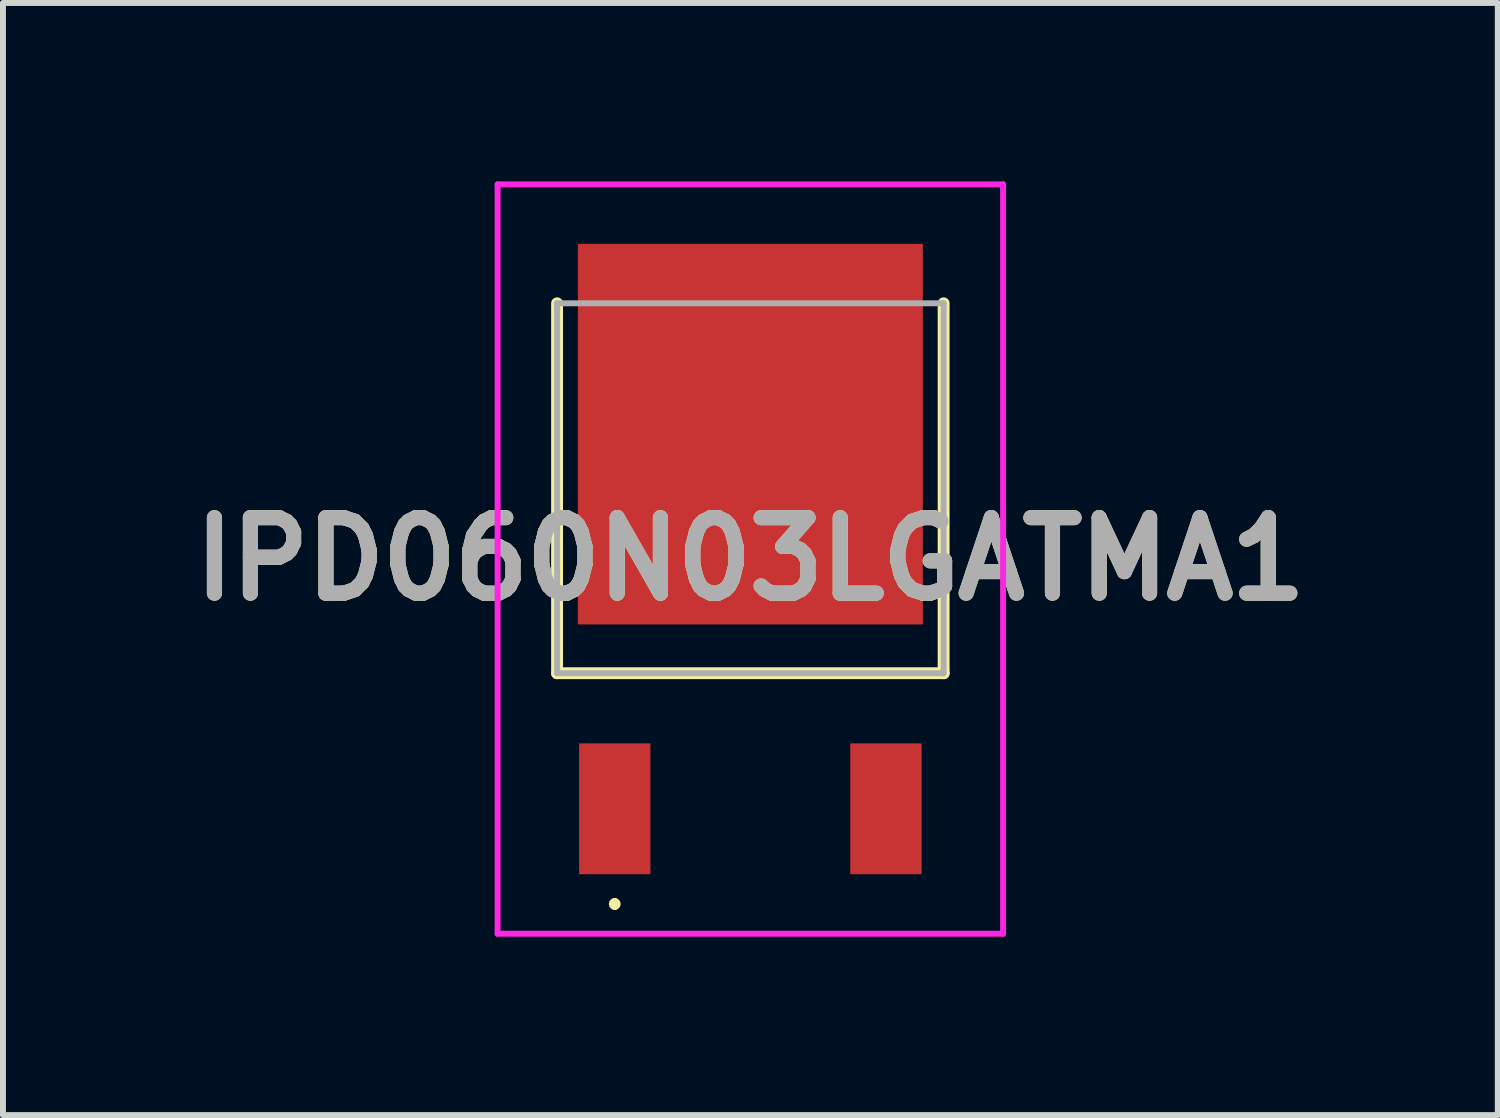
<source format=kicad_pcb>
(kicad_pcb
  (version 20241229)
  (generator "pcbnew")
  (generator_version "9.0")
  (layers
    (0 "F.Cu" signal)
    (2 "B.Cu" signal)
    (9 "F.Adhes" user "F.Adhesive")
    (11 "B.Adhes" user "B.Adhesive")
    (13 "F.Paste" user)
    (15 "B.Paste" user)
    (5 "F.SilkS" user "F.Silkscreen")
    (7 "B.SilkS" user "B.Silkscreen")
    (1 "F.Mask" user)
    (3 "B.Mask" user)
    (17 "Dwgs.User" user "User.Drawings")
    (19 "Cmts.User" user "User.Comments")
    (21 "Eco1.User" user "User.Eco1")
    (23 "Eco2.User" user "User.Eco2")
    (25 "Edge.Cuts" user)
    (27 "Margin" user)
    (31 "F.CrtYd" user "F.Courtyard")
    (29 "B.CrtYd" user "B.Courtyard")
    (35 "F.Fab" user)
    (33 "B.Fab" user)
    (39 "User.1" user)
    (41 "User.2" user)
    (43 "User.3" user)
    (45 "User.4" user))
  (footprint "IPD060N03LGATMA1"
    (layer "F.Cu")
    (at 9.567 6.35)
    (property "Reference" "IPD060N03LGATMA1" (at 0 0 0) (layer "F.SilkS") (effects (font (size 1.27 1.27) (thickness 0.254))))
    (attr smd)
    (fp_line (start -3.25 -4.3) (end -3.25 1.92) (stroke (width 0.2) (type solid)) (layer "F.SilkS"))
    (fp_line (start -3.25 1.92) (end 3.25 1.92) (stroke (width 0.2) (type solid)) (layer "F.SilkS"))
    (fp_line (start -2.28 5.75) (end -2.28 5.75) (stroke (width 0.1) (type solid)) (layer "F.SilkS"))
    (fp_line (start -2.28 5.85) (end -2.28 5.85) (stroke (width 0.1) (type solid)) (layer "F.SilkS"))
    (fp_line (start 3.25 1.92) (end 3.25 -4.3) (stroke (width 0.2) (type solid)) (layer "F.SilkS"))
    (fp_arc (start -2.28 5.75) (mid -2.23 5.8) (end -2.28 5.85) (stroke (width 0.1) (type solid)) (layer "F.SilkS"))
    (fp_arc (start -2.28 5.85) (mid -2.33 5.8) (end -2.28 5.75) (stroke (width 0.1) (type solid)) (layer "F.SilkS"))
    (fp_line (start -4.25 -6.3) (end 4.25 -6.3) (stroke (width 0.1) (type solid)) (layer "F.CrtYd"))
    (fp_line (start -4.25 6.3) (end -4.25 -6.3) (stroke (width 0.1) (type solid)) (layer "F.CrtYd"))
    (fp_line (start 4.25 -6.3) (end 4.25 6.3) (stroke (width 0.1) (type solid)) (layer "F.CrtYd"))
    (fp_line (start 4.25 6.3) (end -4.25 6.3) (stroke (width 0.1) (type solid)) (layer "F.CrtYd"))
    (fp_line (start -3.25 -4.3) (end 3.25 -4.3) (stroke (width 0.1) (type solid)) (layer "F.Fab"))
    (fp_line (start -3.25 1.92) (end -3.25 -4.3) (stroke (width 0.1) (type solid)) (layer "F.Fab"))
    (fp_line (start 3.25 -4.3) (end 3.25 1.92) (stroke (width 0.1) (type solid)) (layer "F.Fab"))
    (fp_line (start 3.25 1.92) (end -3.25 1.92) (stroke (width 0.1) (type solid)) (layer "F.Fab"))
    (fp_text user "${REFERENCE}" (at 0 0 0) (layer "F.Fab") (effects (font (size 1.27 1.27) (thickness 0.254))))
    (pad "1" smd rect (at -2.28 4.2) (size 1.2 2.2) (layers "F.Cu" "F.Mask" "F.Paste"))
    (pad "2" smd rect (at 0 -2.1) (size 5.8 6.4) (layers "F.Cu" "F.Mask" "F.Paste"))
    (pad "3" smd rect (at 2.28 4.2) (size 1.2 2.2) (layers "F.Cu" "F.Mask" "F.Paste")))
  (gr_rect
    (start -3 -3)
    (end 22.135 15.7)
    (stroke (width 0.1) (type default))
    (fill no)
    (layer "Edge.Cuts")))
</source>
